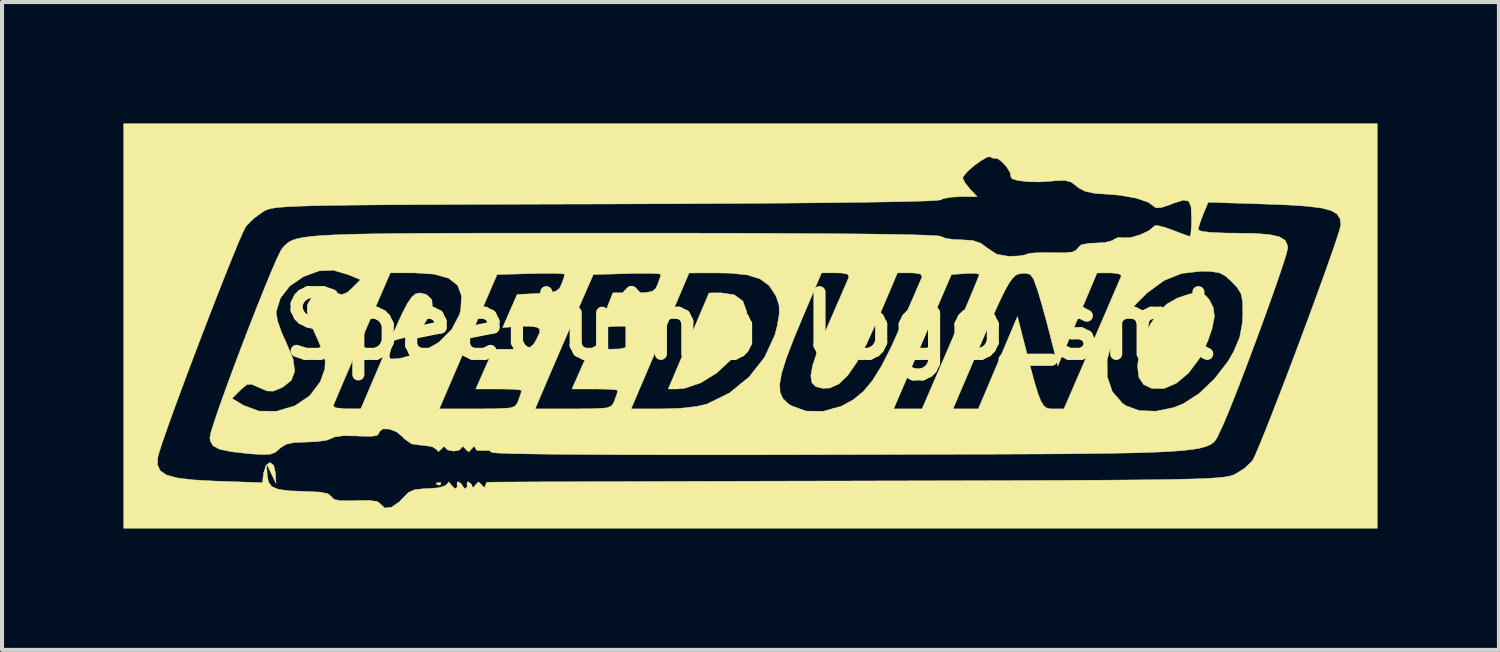
<source format=kicad_pcb>
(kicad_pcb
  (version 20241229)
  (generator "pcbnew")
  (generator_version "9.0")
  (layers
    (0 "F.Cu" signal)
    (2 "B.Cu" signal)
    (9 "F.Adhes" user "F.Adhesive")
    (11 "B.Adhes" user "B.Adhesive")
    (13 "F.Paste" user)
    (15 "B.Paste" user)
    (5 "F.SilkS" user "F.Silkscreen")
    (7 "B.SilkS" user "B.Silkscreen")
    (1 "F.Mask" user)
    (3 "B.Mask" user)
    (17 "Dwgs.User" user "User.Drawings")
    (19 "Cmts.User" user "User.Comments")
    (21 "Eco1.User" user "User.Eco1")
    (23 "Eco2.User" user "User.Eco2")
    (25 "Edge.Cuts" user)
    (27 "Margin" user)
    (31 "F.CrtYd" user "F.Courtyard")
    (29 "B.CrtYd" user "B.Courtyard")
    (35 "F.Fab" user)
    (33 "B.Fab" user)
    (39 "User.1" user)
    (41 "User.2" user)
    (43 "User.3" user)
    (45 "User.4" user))
  (footprint "Speeduino logo_sml"
    (layer "F.Cu")
    (at 15.491 5.003)
    (property "Reference" "Speeduino logo_sml" (at 0 0 0) (layer "F.SilkS") (effects (font (size 1.524 1.524) (thickness 0.3))))
    (attr through_hole)
    (fp_poly (pts (xy -11.779 3.444) (xy -11.737 3.623) (xy -11.721 3.892) (xy -11.839 3.646) (xy -11.946 3.423) (xy -11.87 3.373) (xy -11.779 3.444)) (stroke (width 0.01) (type solid)) (fill yes) (layer "F.SilkS"))
    (fp_poly (pts (xy -7.647 3.878) (xy -7.659 3.927) (xy -7.702 3.933) (xy -7.769 3.903) (xy -7.757 3.878) (xy -7.659 3.868) (xy -7.647 3.878)) (stroke (width 0.01) (type solid)) (fill yes) (layer "F.SilkS"))
    (fp_poly (pts (xy -0.401 -0.77) (xy -0.189 -0.616) (xy -0.091 -0.348) (xy -0.082 -0.197) (xy -0.12 0.117) (xy -0.215 0.427) (xy -0.241 0.482) (xy -0.494 0.847) (xy -0.839 1.165) (xy -1.23 1.406) (xy -1.626 1.54) (xy -1.805 1.557) (xy -2.033 1.557) (xy -1.024 -0.816) (xy -0.735 -0.818) (xy -0.401 -0.77)) (stroke (width 0.01) (type solid)) (fill yes) (layer "F.SilkS"))
    (fp_poly (pts (xy 11.249 -0.749) (xy 11.337 -0.647) (xy 11.438 -0.448) (xy 11.461 -0.224) (xy 11.403 0.067) (xy 11.301 0.367) (xy 11.086 0.812) (xy 10.82 1.166) (xy 10.523 1.415) (xy 10.215 1.546) (xy 9.918 1.544) (xy 9.712 1.446) (xy 9.593 1.265) (xy 9.562 0.988) (xy 9.608 0.651) (xy 9.72 0.289) (xy 9.888 -0.061) (xy 10.102 -0.365) (xy 10.286 -0.541) (xy 10.549 -0.691) (xy 10.838 -0.787) (xy 10.883 -0.795) (xy 11.11 -0.807) (xy 11.249 -0.749)) (stroke (width 0.01) (type solid)) (fill yes) (layer "F.SilkS"))
    (fp_poly (pts (xy 15.486 4.998) (xy -15.486 4.998) (xy -15.486 3.437) (xy -14.648 3.437) (xy -14.581 3.579) (xy -14.424 3.683) (xy -14.16 3.755) (xy -13.771 3.802) (xy -13.238 3.832) (xy -13.15 3.835) (xy -12.057 3.872) (xy -12.03 3.637) (xy -11.968 3.438) (xy -11.955 3.429) (xy -11.939 3.684) (xy -11.909 3.853) (xy -11.827 3.967) (xy -11.664 4.036) (xy -11.393 4.073) (xy -10.988 4.088) (xy -10.956 4.089) (xy -10.629 4.105) (xy -10.438 4.145) (xy -10.355 4.215) (xy -10.354 4.218) (xy -10.289 4.284) (xy -10.138 4.316) (xy -9.868 4.319) (xy -9.746 4.314) (xy -9.415 4.31) (xy -9.222 4.336) (xy -9.142 4.396) (xy -9.142 4.398) (xy -9.035 4.498) (xy -8.867 4.477) (xy -8.673 4.343) (xy -8.599 4.264) (xy -8.453 4.116) (xy -8.292 4.043) (xy -8.05 4.019) (xy -7.975 4.018) (xy -7.699 3.997) (xy -7.532 3.942) (xy -7.504 3.912) (xy -7.45 3.852) (xy -7.408 3.912) (xy -7.315 4.007) (xy -7.281 4.015) (xy -7.238 3.964) (xy -7.251 3.933) (xy -7.245 3.857) (xy -7.215 3.851) (xy -7.132 3.91) (xy -7.128 3.933) (xy -7.065 4.012) (xy -7.042 4.015) (xy -6.993 3.965) (xy -7.005 3.933) (xy -6.999 3.857) (xy -6.969 3.851) (xy -6.888 3.916) (xy -6.881 3.953) (xy -6.853 3.996) (xy -6.799 3.933) (xy -6.722 3.851) (xy -6.649 3.917) (xy -6.638 3.933) (xy -6.571 4) (xy -6.556 3.953) (xy -6.517 3.865) (xy -6.493 3.861) (xy -6.391 3.859) (xy -6.305 3.858) (xy -6.066 3.856) (xy -5.684 3.854) (xy -5.17 3.851) (xy -4.534 3.849) (xy -3.787 3.846) (xy -2.939 3.844) (xy -2.001 3.841) (xy -0.983 3.838) (xy 0.104 3.835) (xy 1.25 3.832) (xy 2.444 3.83) (xy 2.663 3.829) (xy 4.074 3.826) (xy 5.331 3.823) (xy 6.443 3.82) (xy 7.419 3.816) (xy 8.268 3.812) (xy 9 3.808) (xy 9.624 3.802) (xy 10.149 3.796) (xy 10.584 3.788) (xy 10.94 3.779) (xy 11.225 3.769) (xy 11.448 3.756) (xy 11.619 3.742) (xy 11.747 3.726) (xy 11.842 3.708) (xy 11.912 3.688) (xy 11.968 3.665) (xy 11.978 3.66) (xy 12.207 3.515) (xy 12.383 3.349) (xy 12.406 3.319) (xy 12.473 3.184) (xy 12.585 2.92) (xy 12.736 2.548) (xy 12.916 2.091) (xy 13.118 1.569) (xy 13.334 1.004) (xy 13.555 0.417) (xy 13.774 -0.17) (xy 13.982 -0.735) (xy 14.171 -1.258) (xy 14.334 -1.717) (xy 14.463 -2.09) (xy 14.549 -2.356) (xy 14.584 -2.493) (xy 14.585 -2.5) (xy 14.565 -2.648) (xy 14.493 -2.763) (xy 14.349 -2.849) (xy 14.116 -2.912) (xy 13.774 -2.956) (xy 13.304 -2.988) (xy 12.746 -3.01) (xy 11.309 -3.056) (xy 11.185 -2.76) (xy 11.105 -2.548) (xy 11.063 -2.398) (xy 11.061 -2.379) (xy 11.141 -2.339) (xy 11.368 -2.311) (xy 11.729 -2.296) (xy 11.957 -2.294) (xy 12.464 -2.286) (xy 12.828 -2.257) (xy 13.07 -2.203) (xy 13.21 -2.116) (xy 13.268 -1.992) (xy 13.274 -1.924) (xy 13.245 -1.797) (xy 13.166 -1.543) (xy 13.046 -1.185) (xy 12.893 -0.748) (xy 12.717 -0.258) (xy 12.527 0.261) (xy 12.332 0.785) (xy 12.141 1.288) (xy 11.963 1.746) (xy 11.808 2.135) (xy 11.683 2.429) (xy 11.619 2.567) (xy 11.576 2.658) (xy 11.539 2.739) (xy 11.497 2.811) (xy 11.443 2.875) (xy 11.366 2.93) (xy 11.258 2.977) (xy 11.109 3.018) (xy 10.911 3.052) (xy 10.653 3.08) (xy 10.327 3.103) (xy 9.923 3.122) (xy 9.433 3.136) (xy 8.847 3.147) (xy 8.156 3.156) (xy 7.351 3.162) (xy 6.422 3.166) (xy 5.36 3.17) (xy 4.157 3.173) (xy 2.802 3.177) (xy 2.233 3.178) (xy 0.73 3.182) (xy -0.637 3.183) (xy -1.867 3.183) (xy -2.956 3.181) (xy -3.901 3.177) (xy -4.698 3.171) (xy -5.346 3.163) (xy -5.841 3.154) (xy -6.18 3.143) (xy -6.361 3.131) (xy -6.391 3.122) (xy -6.459 3.075) (xy -6.596 3.08) (xy -6.76 3.075) (xy -6.802 3.013) (xy -6.828 2.966) (xy -6.884 3.032) (xy -6.961 3.113) (xy -7.034 3.048) (xy -7.045 3.032) (xy -7.111 2.97) (xy -7.127 3.001) (xy -7.198 3.07) (xy -7.333 3.093) (xy -7.488 3.062) (xy -7.539 3.001) (xy -7.576 2.977) (xy -7.627 3.032) (xy -7.709 3.106) (xy -7.756 3.052) (xy -7.858 2.985) (xy -8.059 2.951) (xy -8.112 2.95) (xy -8.374 2.914) (xy -8.555 2.785) (xy -8.589 2.745) (xy -8.742 2.617) (xy -8.926 2.547) (xy -9.087 2.544) (xy -9.173 2.617) (xy -9.177 2.646) (xy -9.221 2.704) (xy -9.372 2.728) (xy -9.654 2.722) (xy -9.716 2.718) (xy -10.053 2.712) (xy -10.278 2.742) (xy -10.347 2.776) (xy -10.472 2.824) (xy -10.707 2.857) (xy -10.955 2.868) (xy -11.27 2.88) (xy -11.474 2.924) (xy -11.616 3.014) (xy -11.641 3.038) (xy -11.744 3.124) (xy -11.864 3.169) (xy -12.047 3.179) (xy -12.335 3.16) (xy -12.44 3.151) (xy -12.849 3.104) (xy -13.12 3.044) (xy -13.277 2.961) (xy -13.346 2.843) (xy -13.355 2.751) (xy -13.326 2.615) (xy -13.244 2.353) (xy -13.119 1.988) (xy -13.048 1.79) (xy -12.807 1.79) (xy -12.528 1.96) (xy -12.143 2.103) (xy -11.706 2.107) (xy -11.508 2.048) (xy -7.688 2.048) (xy -6.75 2.048) (xy -5.319 2.048) (xy -4.378 2.048) (xy -2.95 2.048) (xy -2.182 2.048) (xy -1.725 2.033) (xy -1.334 1.989) (xy -1.075 1.929) (xy -0.515 1.653) (xy -0.244 1.431) (xy 0.722 1.431) (xy 0.732 1.637) (xy 0.801 1.792) (xy 0.925 1.914) (xy 1.01 1.971) (xy 1.375 2.103) (xy 1.798 2.108) (xy 2.012 2.048) (xy 3.538 2.048) (xy 4.239 2.048) (xy 5.005 2.048) (xy 5.629 2.048) (xy 6.112 0.907) (xy 6.596 -0.234) (xy 6.767 0.436) (xy 6.907 0.98) (xy 7.016 1.386) (xy 7.103 1.673) (xy 7.178 1.862) (xy 7.248 1.974) (xy 7.324 2.029) (xy 7.413 2.047) (xy 7.479 2.048) (xy 7.744 2.048) (xy 8.267 0.839) (xy 8.812 0.839) (xy 8.816 1.258) (xy 8.941 1.623) (xy 9.19 1.91) (xy 9.274 1.969) (xy 9.607 2.091) (xy 10.015 2.106) (xy 10.452 2.017) (xy 10.693 1.921) (xy 11.085 1.668) (xy 11.469 1.301) (xy 11.8 0.87) (xy 11.933 0.642) (xy 12.086 0.281) (xy 12.153 -0.079) (xy 12.163 -0.305) (xy 12.158 -0.598) (xy 12.122 -0.789) (xy 12.034 -0.939) (xy 11.899 -1.084) (xy 11.734 -1.234) (xy 11.581 -1.314) (xy 11.378 -1.346) (xy 11.12 -1.351) (xy 10.648 -1.296) (xy 10.218 -1.123) (xy 9.799 -0.816) (xy 9.513 -0.532) (xy 9.163 -0.078) (xy 8.929 0.386) (xy 8.812 0.839) (xy 8.267 0.839) (xy 8.44 0.438) (xy 8.647 -0.041) (xy 8.832 -0.47) (xy 8.985 -0.826) (xy 9.096 -1.085) (xy 9.156 -1.225) (xy 9.163 -1.242) (xy 9.109 -1.285) (xy 8.941 -1.309) (xy 8.876 -1.31) (xy 8.562 -1.309) (xy 7.594 0.987) (xy 7.402 0.227) (xy 7.301 -0.16) (xy 7.196 -0.538) (xy 7.106 -0.843) (xy 7.079 -0.926) (xy 6.993 -1.159) (xy 6.913 -1.272) (xy 6.799 -1.301) (xy 6.695 -1.295) (xy 6.621 -1.282) (xy 6.551 -1.25) (xy 6.478 -1.183) (xy 6.395 -1.068) (xy 6.294 -0.89) (xy 6.168 -0.634) (xy 6.008 -0.285) (xy 5.809 0.17) (xy 5.561 0.746) (xy 5.257 1.458) (xy 5.241 1.495) (xy 5.005 2.048) (xy 4.239 2.048) (xy 4.946 0.411) (xy 5.153 -0.07) (xy 5.336 -0.5) (xy 5.486 -0.855) (xy 5.593 -1.115) (xy 5.648 -1.255) (xy 5.654 -1.273) (xy 5.581 -1.297) (xy 5.398 -1.3) (xy 5.309 -1.295) (xy 4.965 -1.27) (xy 4.251 0.389) (xy 3.538 2.048) (xy 2.012 2.048) (xy 2.234 1.986) (xy 2.26 1.975) (xy 2.539 1.822) (xy 2.784 1.622) (xy 3.01 1.353) (xy 3.236 0.991) (xy 3.479 0.513) (xy 3.684 0.06) (xy 3.863 -0.349) (xy 4.021 -0.709) (xy 4.143 -0.991) (xy 4.22 -1.168) (xy 4.237 -1.209) (xy 4.208 -1.28) (xy 4.036 -1.309) (xy 3.955 -1.311) (xy 3.632 -1.311) (xy 3.153 -0.184) (xy 2.877 0.428) (xy 2.63 0.893) (xy 2.402 1.224) (xy 2.183 1.433) (xy 1.963 1.532) (xy 1.786 1.542) (xy 1.617 1.5) (xy 1.517 1.402) (xy 1.49 1.233) (xy 1.536 0.974) (xy 1.657 0.61) (xy 1.854 0.123) (xy 1.928 -0.047) (xy 2.097 -0.437) (xy 2.246 -0.778) (xy 2.359 -1.039) (xy 2.424 -1.189) (xy 2.432 -1.209) (xy 2.407 -1.277) (xy 2.246 -1.308) (xy 2.116 -1.311) (xy 1.757 -1.311) (xy 1.322 -0.29) (xy 1.071 0.313) (xy 0.889 0.788) (xy 0.773 1.154) (xy 0.722 1.431) (xy -0.244 1.431) (xy -0.033 1.259) (xy 0.347 0.775) (xy 0.601 0.229) (xy 0.663 -0.011) (xy 0.711 -0.303) (xy 0.706 -0.509) (xy 0.644 -0.702) (xy 0.617 -0.761) (xy 0.46 -0.999) (xy 0.237 -1.162) (xy -0.078 -1.261) (xy -0.513 -1.305) (xy -0.791 -1.31) (xy -1.516 -1.309) (xy -2.13 0.131) (xy -2.33 0.598) (xy -2.514 1.028) (xy -2.669 1.393) (xy -2.785 1.663) (xy -2.847 1.809) (xy -2.95 2.048) (xy -4.378 2.048) (xy -3.974 2.047) (xy -3.703 2.04) (xy -3.536 2.019) (xy -3.441 1.98) (xy -3.39 1.915) (xy -3.357 1.838) (xy -3.298 1.672) (xy -3.277 1.592) (xy -3.352 1.575) (xy -3.55 1.562) (xy -3.827 1.557) (xy -3.844 1.557) (xy -4.411 1.557) (xy -4.193 1.065) (xy -3.976 0.574) (xy -3.506 0.574) (xy -3.235 0.567) (xy -3.077 0.532) (xy -2.98 0.449) (xy -2.908 0.326) (xy -2.83 0.155) (xy -2.835 0.071) (xy -2.905 0.031) (xy -3.061 0.008) (xy -3.301 0.007) (xy -3.384 0.012) (xy -3.738 0.041) (xy -3.4 -0.819) (xy -2.886 -0.819) (xy -2.602 -0.825) (xy -2.437 -0.852) (xy -2.348 -0.916) (xy -2.292 -1.03) (xy -2.233 -1.197) (xy -2.212 -1.278) (xy -2.288 -1.292) (xy -2.494 -1.299) (xy -2.795 -1.299) (xy -3.048 -1.293) (xy -3.883 -1.27) (xy -4.348 -0.205) (xy -4.544 0.244) (xy -4.742 0.7) (xy -4.92 1.113) (xy -5.056 1.43) (xy -5.066 1.454) (xy -5.319 2.048) (xy -6.75 2.048) (xy -6.347 2.047) (xy -6.077 2.039) (xy -5.911 2.019) (xy -5.817 1.979) (xy -5.765 1.914) (xy -5.733 1.838) (xy -5.675 1.672) (xy -5.654 1.592) (xy -5.729 1.575) (xy -5.926 1.562) (xy -6.203 1.557) (xy -6.22 1.557) (xy -6.787 1.557) (xy -6.57 1.065) (xy -6.352 0.574) (xy -5.882 0.574) (xy -5.611 0.567) (xy -5.453 0.532) (xy -5.356 0.449) (xy -5.284 0.326) (xy -5.206 0.155) (xy -5.211 0.071) (xy -5.281 0.031) (xy -5.437 0.008) (xy -5.677 0.007) (xy -5.765 0.012) (xy -6.124 0.041) (xy -5.945 -0.369) (xy -5.766 -0.778) (xy -5.255 -0.803) (xy -4.97 -0.823) (xy -4.805 -0.861) (xy -4.715 -0.934) (xy -4.667 -1.034) (xy -4.609 -1.199) (xy -4.588 -1.278) (xy -4.665 -1.292) (xy -4.87 -1.299) (xy -5.171 -1.299) (xy -5.424 -1.293) (xy -6.26 -1.27) (xy -6.974 0.389) (xy -7.688 2.048) (xy -11.508 2.048) (xy -11.261 1.975) (xy -10.31 1.975) (xy -10.255 2.019) (xy -10.083 2.044) (xy -9.982 2.047) (xy -9.627 2.046) (xy -9.014 0.613) (xy -8.791 0.099) (xy -8.618 -0.282) (xy -8.482 -0.547) (xy -8.37 -0.712) (xy -8.27 -0.796) (xy -8.167 -0.816) (xy -8.05 -0.789) (xy -7.995 -0.77) (xy -7.873 -0.653) (xy -7.858 -0.467) (xy -7.933 -0.247) (xy -8.078 -0.026) (xy -8.277 0.161) (xy -8.508 0.279) (xy -8.567 0.293) (xy -8.754 0.341) (xy -8.848 0.391) (xy -8.85 0.398) (xy -8.87 0.51) (xy -8.904 0.648) (xy -8.927 0.769) (xy -8.882 0.816) (xy -8.733 0.808) (xy -8.609 0.789) (xy -8.121 0.648) (xy -7.703 0.407) (xy -7.382 0.087) (xy -7.187 -0.287) (xy -7.16 -0.393) (xy -7.138 -0.743) (xy -7.234 -1.003) (xy -7.458 -1.18) (xy -7.816 -1.28) (xy -8.296 -1.311) (xy -8.898 -1.311) (xy -9.591 0.296) (xy -9.797 0.774) (xy -9.981 1.203) (xy -10.134 1.559) (xy -10.244 1.819) (xy -10.304 1.959) (xy -10.31 1.975) (xy -11.261 1.975) (xy -11.258 1.974) (xy -10.891 1.726) (xy -10.629 1.379) (xy -10.516 1.064) (xy -10.507 0.871) (xy -10.564 0.639) (xy -10.697 0.322) (xy -10.733 0.247) (xy -10.887 -0.105) (xy -10.954 -0.355) (xy -10.947 -0.526) (xy -10.82 -0.736) (xy -10.599 -0.852) (xy -10.338 -0.851) (xy -10.251 -0.82) (xy -10.096 -0.775) (xy -9.964 -0.826) (xy -9.843 -0.935) (xy -9.636 -1.142) (xy -9.936 -1.267) (xy -10.306 -1.376) (xy -10.65 -1.362) (xy -11.031 -1.224) (xy -11.043 -1.218) (xy -11.38 -0.988) (xy -11.613 -0.689) (xy -11.714 -0.359) (xy -11.716 -0.305) (xy -11.68 -0.114) (xy -11.585 0.157) (xy -11.466 0.419) (xy -11.301 0.815) (xy -11.259 1.117) (xy -11.342 1.343) (xy -11.552 1.511) (xy -11.592 1.531) (xy -11.79 1.61) (xy -11.943 1.606) (xy -12.134 1.524) (xy -12.32 1.442) (xy -12.438 1.447) (xy -12.566 1.55) (xy -12.606 1.589) (xy -12.807 1.79) (xy -13.048 1.79) (xy -12.96 1.544) (xy -12.777 1.047) (xy -12.579 0.521) (xy -12.375 -0.009) (xy -12.174 -0.52) (xy -11.987 -0.986) (xy -11.823 -1.383) (xy -11.69 -1.686) (xy -11.599 -1.871) (xy -11.573 -1.911) (xy -11.517 -1.974) (xy -11.461 -2.029) (xy -11.395 -2.078) (xy -11.31 -2.121) (xy -11.196 -2.157) (xy -11.042 -2.188) (xy -10.838 -2.214) (xy -10.576 -2.235) (xy -10.244 -2.252) (xy -9.834 -2.266) (xy -9.335 -2.276) (xy -8.737 -2.284) (xy -8.03 -2.289) (xy -7.205 -2.292) (xy -6.251 -2.293) (xy -5.159 -2.294) (xy -3.919 -2.294) (xy -3.121 -2.294) (xy -1.647 -2.293) (xy -0.322 -2.291) (xy 0.853 -2.286) (xy 1.874 -2.28) (xy 2.742 -2.273) (xy 3.454 -2.264) (xy 4.009 -2.253) (xy 4.404 -2.24) (xy 4.639 -2.226) (xy 4.711 -2.212) (xy 4.816 -2.166) (xy 5.028 -2.136) (xy 5.196 -2.13) (xy 5.492 -2.112) (xy 5.695 -2.043) (xy 5.851 -1.925) (xy 6.083 -1.773) (xy 6.372 -1.721) (xy 6.423 -1.721) (xy 6.651 -1.732) (xy 6.803 -1.761) (xy 6.827 -1.775) (xy 6.931 -1.799) (xy 7.151 -1.812) (xy 7.442 -1.811) (xy 7.456 -1.81) (xy 7.774 -1.808) (xy 7.963 -1.829) (xy 8.057 -1.881) (xy 8.08 -1.92) (xy 8.174 -2.007) (xy 8.387 -2.045) (xy 8.525 -2.048) (xy 8.768 -2.065) (xy 8.937 -2.108) (xy 8.976 -2.137) (xy 9.088 -2.188) (xy 9.22 -2.178) (xy 9.397 -2.185) (xy 9.628 -2.253) (xy 9.843 -2.354) (xy 9.974 -2.462) (xy 9.981 -2.475) (xy 10.065 -2.48) (xy 10.252 -2.431) (xy 10.415 -2.373) (xy 10.649 -2.283) (xy 10.813 -2.225) (xy 10.859 -2.212) (xy 10.88 -2.286) (xy 10.894 -2.478) (xy 10.897 -2.663) (xy 10.885 -2.941) (xy 10.827 -3.083) (xy 10.694 -3.108) (xy 10.456 -3.033) (xy 10.348 -2.989) (xy 10.148 -2.925) (xy 10.018 -2.918) (xy 10.002 -2.929) (xy 9.828 -3.056) (xy 9.525 -3.159) (xy 9.127 -3.229) (xy 8.853 -3.251) (xy 8.504 -3.277) (xy 8.272 -3.325) (xy 8.114 -3.406) (xy 8.057 -3.454) (xy 7.92 -3.556) (xy 7.761 -3.597) (xy 7.519 -3.586) (xy 7.438 -3.578) (xy 7.143 -3.558) (xy 6.855 -3.564) (xy 6.615 -3.592) (xy 6.462 -3.636) (xy 6.432 -3.688) (xy 6.416 -3.789) (xy 6.324 -3.935) (xy 6.2 -4.07) (xy 6.092 -4.14) (xy 6.062 -4.137) (xy 5.963 -4.151) (xy 5.941 -4.178) (xy 5.86 -4.175) (xy 5.706 -4.091) (xy 5.525 -3.96) (xy 5.361 -3.816) (xy 5.259 -3.693) (xy 5.245 -3.651) (xy 5.296 -3.543) (xy 5.419 -3.389) (xy 5.422 -3.385) (xy 5.6 -3.195) (xy 5.193 -3.195) (xy 4.94 -3.18) (xy 4.755 -3.142) (xy 4.705 -3.116) (xy 4.61 -3.102) (xy 4.355 -3.089) (xy 3.946 -3.076) (xy 3.388 -3.065) (xy 2.684 -3.054) (xy 1.84 -3.044) (xy 0.861 -3.035) (xy -0.249 -3.028) (xy -1.484 -3.021) (xy -2.842 -3.016) (xy -3.566 -3.013) (xy -4.905 -3.01) (xy -6.091 -3.006) (xy -7.132 -3.002) (xy -8.039 -2.998) (xy -8.821 -2.994) (xy -9.488 -2.989) (xy -10.05 -2.983) (xy -10.516 -2.976) (xy -10.897 -2.967) (xy -11.202 -2.957) (xy -11.441 -2.945) (xy -11.624 -2.932) (xy -11.761 -2.916) (xy -11.861 -2.897) (xy -11.934 -2.876) (xy -11.99 -2.852) (xy -12.036 -2.827) (xy -12.264 -2.662) (xy -12.451 -2.477) (xy -12.465 -2.458) (xy -12.53 -2.333) (xy -12.643 -2.076) (xy -12.794 -1.709) (xy -12.977 -1.255) (xy -13.182 -0.734) (xy -13.401 -0.17) (xy -13.625 0.415) (xy -13.847 1) (xy -14.057 1.563) (xy -14.248 2.081) (xy -14.41 2.532) (xy -14.536 2.895) (xy -14.617 3.147) (xy -14.643 3.249) (xy -14.648 3.437) (xy -15.486 3.437) (xy -15.486 -4.998) (xy 15.486 -4.998) (xy 15.486 4.998)) (stroke (width 0.01) (type solid)) (fill yes) (layer "F.SilkS")))
  (gr_rect
    (start -3 -3)
    (end 33.982 13.006)
    (stroke (width 0.1) (type default))
    (fill no)
    (layer "Edge.Cuts")))
</source>
